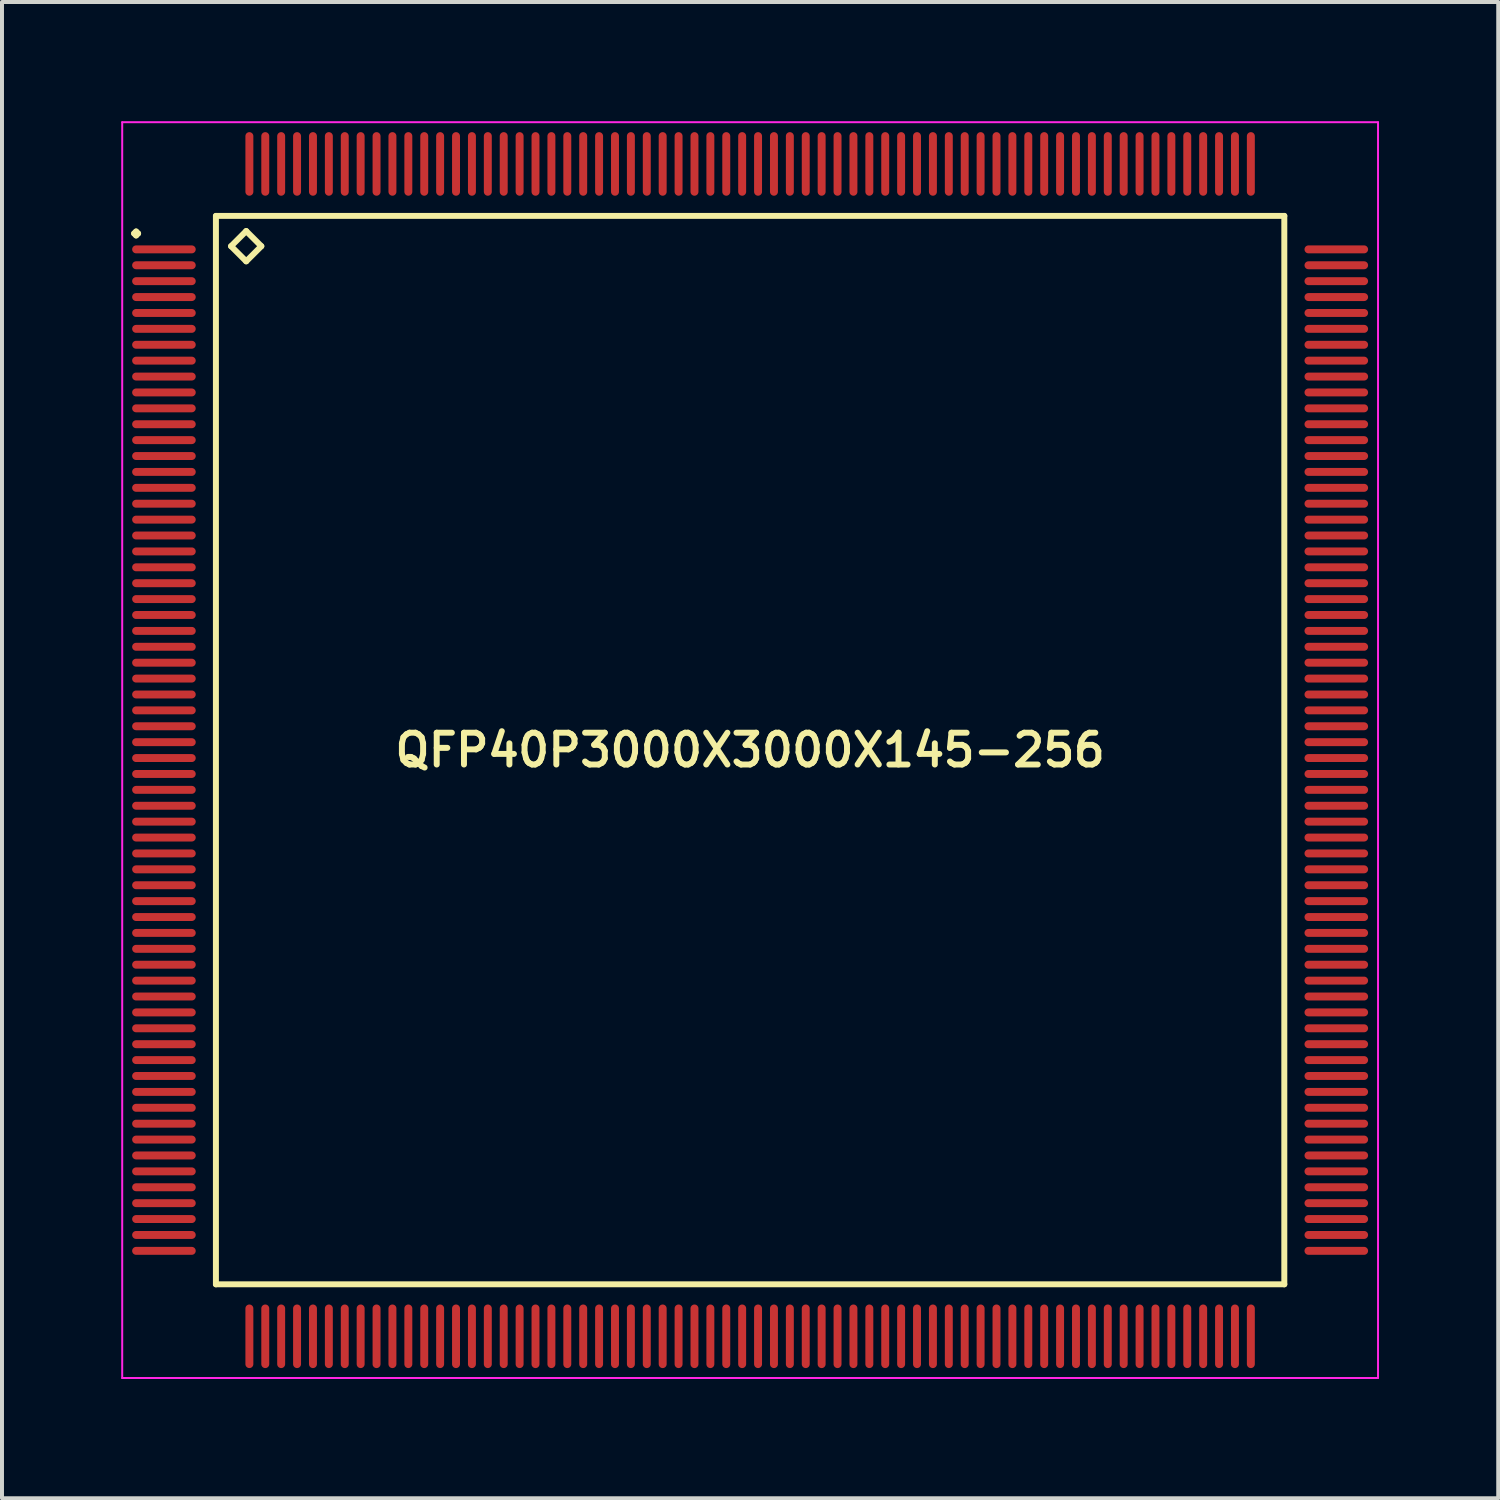
<source format=kicad_pcb>
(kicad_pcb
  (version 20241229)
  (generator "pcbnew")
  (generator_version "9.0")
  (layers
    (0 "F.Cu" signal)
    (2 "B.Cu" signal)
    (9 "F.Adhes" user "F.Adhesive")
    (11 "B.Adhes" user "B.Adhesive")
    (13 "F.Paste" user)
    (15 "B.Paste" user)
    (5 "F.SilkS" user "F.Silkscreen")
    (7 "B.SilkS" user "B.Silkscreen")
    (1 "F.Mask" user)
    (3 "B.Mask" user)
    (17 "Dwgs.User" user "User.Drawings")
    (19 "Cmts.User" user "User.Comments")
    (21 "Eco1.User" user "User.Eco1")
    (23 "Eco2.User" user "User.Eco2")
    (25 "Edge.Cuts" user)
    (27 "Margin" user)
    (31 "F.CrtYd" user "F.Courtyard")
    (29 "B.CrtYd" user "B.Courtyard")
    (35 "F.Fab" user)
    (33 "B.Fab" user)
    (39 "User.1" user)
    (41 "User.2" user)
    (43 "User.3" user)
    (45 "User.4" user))
  (footprint "QFP40P3000X3000X145-256"
    (layer "F.Cu")
    (at 15.825 15.825)
    (property "Reference" "QFP40P3000X3000X145-256" (at 0 0 0) (layer "F.SilkS") (effects (font (size 0.8 0.8) (thickness 0.15))))
    (attr smd)
    (fp_line (start -15.5 -13) (end -15.45 -13.05) (stroke (width 0.15) (type solid)) (layer "F.SilkS"))
    (fp_line (start -15.45 -13.05) (end -15.4 -13) (stroke (width 0.15) (type solid)) (layer "F.SilkS"))
    (fp_line (start -15.45 -12.95) (end -15.5 -13) (stroke (width 0.15) (type solid)) (layer "F.SilkS"))
    (fp_line (start -15.4 -13) (end -15.45 -12.95) (stroke (width 0.15) (type solid)) (layer "F.SilkS"))
    (fp_line (start -13.442 -13.442) (end -13.442 13.442) (stroke (width 0.15) (type solid)) (layer "F.SilkS"))
    (fp_line (start -13.442 13.442) (end 13.442 13.442) (stroke (width 0.15) (type solid)) (layer "F.SilkS"))
    (fp_line (start -13.061 -12.68) (end -12.68 -13.061) (stroke (width 0.15) (type solid)) (layer "F.SilkS"))
    (fp_line (start -12.68 -13.061) (end -12.299 -12.68) (stroke (width 0.15) (type solid)) (layer "F.SilkS"))
    (fp_line (start -12.68 -12.299) (end -13.061 -12.68) (stroke (width 0.15) (type solid)) (layer "F.SilkS"))
    (fp_line (start -12.299 -12.68) (end -12.68 -12.299) (stroke (width 0.15) (type solid)) (layer "F.SilkS"))
    (fp_line (start 13.442 -13.442) (end -13.442 -13.442) (stroke (width 0.15) (type solid)) (layer "F.SilkS"))
    (fp_line (start 13.442 13.442) (end 13.442 -13.442) (stroke (width 0.15) (type solid)) (layer "F.SilkS"))
    (fp_line (start -15.8 -15.8) (end 15.8 -15.8) (stroke (width 0.05) (type solid)) (layer "F.CrtYd"))
    (fp_line (start -15.8 15.8) (end -15.8 -15.8) (stroke (width 0.05) (type solid)) (layer "F.CrtYd"))
    (fp_line (start 15.8 -15.8) (end 15.8 15.8) (stroke (width 0.05) (type solid)) (layer "F.CrtYd"))
    (fp_line (start 15.8 15.8) (end -15.8 15.8) (stroke (width 0.05) (type solid)) (layer "F.CrtYd"))
    (pad "1" smd oval (at -14.75 -12.6) (size 1.6 0.2) (layers "F.Cu" "F.Mask" "F.Paste"))
    (pad "2" smd oval (at -14.75 -12.2) (size 1.6 0.2) (layers "F.Cu" "F.Mask" "F.Paste"))
    (pad "3" smd oval (at -14.75 -11.8) (size 1.6 0.2) (layers "F.Cu" "F.Mask" "F.Paste"))
    (pad "4" smd oval (at -14.75 -11.4) (size 1.6 0.2) (layers "F.Cu" "F.Mask" "F.Paste"))
    (pad "5" smd oval (at -14.75 -11) (size 1.6 0.2) (layers "F.Cu" "F.Mask" "F.Paste"))
    (pad "6" smd oval (at -14.75 -10.6) (size 1.6 0.2) (layers "F.Cu" "F.Mask" "F.Paste"))
    (pad "7" smd oval (at -14.75 -10.2) (size 1.6 0.2) (layers "F.Cu" "F.Mask" "F.Paste"))
    (pad "8" smd oval (at -14.75 -9.8) (size 1.6 0.2) (layers "F.Cu" "F.Mask" "F.Paste"))
    (pad "9" smd oval (at -14.75 -9.4) (size 1.6 0.2) (layers "F.Cu" "F.Mask" "F.Paste"))
    (pad "10" smd oval (at -14.75 -9) (size 1.6 0.2) (layers "F.Cu" "F.Mask" "F.Paste"))
    (pad "11" smd oval (at -14.75 -8.6) (size 1.6 0.2) (layers "F.Cu" "F.Mask" "F.Paste"))
    (pad "12" smd oval (at -14.75 -8.2) (size 1.6 0.2) (layers "F.Cu" "F.Mask" "F.Paste"))
    (pad "13" smd oval (at -14.75 -7.8) (size 1.6 0.2) (layers "F.Cu" "F.Mask" "F.Paste"))
    (pad "14" smd oval (at -14.75 -7.4) (size 1.6 0.2) (layers "F.Cu" "F.Mask" "F.Paste"))
    (pad "15" smd oval (at -14.75 -7) (size 1.6 0.2) (layers "F.Cu" "F.Mask" "F.Paste"))
    (pad "16" smd oval (at -14.75 -6.6) (size 1.6 0.2) (layers "F.Cu" "F.Mask" "F.Paste"))
    (pad "17" smd oval (at -14.75 -6.2) (size 1.6 0.2) (layers "F.Cu" "F.Mask" "F.Paste"))
    (pad "18" smd oval (at -14.75 -5.8) (size 1.6 0.2) (layers "F.Cu" "F.Mask" "F.Paste"))
    (pad "19" smd oval (at -14.75 -5.4) (size 1.6 0.2) (layers "F.Cu" "F.Mask" "F.Paste"))
    (pad "20" smd oval (at -14.75 -5) (size 1.6 0.2) (layers "F.Cu" "F.Mask" "F.Paste"))
    (pad "21" smd oval (at -14.75 -4.6) (size 1.6 0.2) (layers "F.Cu" "F.Mask" "F.Paste"))
    (pad "22" smd oval (at -14.75 -4.2) (size 1.6 0.2) (layers "F.Cu" "F.Mask" "F.Paste"))
    (pad "23" smd oval (at -14.75 -3.8) (size 1.6 0.2) (layers "F.Cu" "F.Mask" "F.Paste"))
    (pad "24" smd oval (at -14.75 -3.4) (size 1.6 0.2) (layers "F.Cu" "F.Mask" "F.Paste"))
    (pad "25" smd oval (at -14.75 -3) (size 1.6 0.2) (layers "F.Cu" "F.Mask" "F.Paste"))
    (pad "26" smd oval (at -14.75 -2.6) (size 1.6 0.2) (layers "F.Cu" "F.Mask" "F.Paste"))
    (pad "27" smd oval (at -14.75 -2.2) (size 1.6 0.2) (layers "F.Cu" "F.Mask" "F.Paste"))
    (pad "28" smd oval (at -14.75 -1.8) (size 1.6 0.2) (layers "F.Cu" "F.Mask" "F.Paste"))
    (pad "29" smd oval (at -14.75 -1.4) (size 1.6 0.2) (layers "F.Cu" "F.Mask" "F.Paste"))
    (pad "30" smd oval (at -14.75 -1) (size 1.6 0.2) (layers "F.Cu" "F.Mask" "F.Paste"))
    (pad "31" smd oval (at -14.75 -0.6) (size 1.6 0.2) (layers "F.Cu" "F.Mask" "F.Paste"))
    (pad "32" smd oval (at -14.75 -0.2) (size 1.6 0.2) (layers "F.Cu" "F.Mask" "F.Paste"))
    (pad "33" smd oval (at -14.75 0.2) (size 1.6 0.2) (layers "F.Cu" "F.Mask" "F.Paste"))
    (pad "34" smd oval (at -14.75 0.6) (size 1.6 0.2) (layers "F.Cu" "F.Mask" "F.Paste"))
    (pad "35" smd oval (at -14.75 1) (size 1.6 0.2) (layers "F.Cu" "F.Mask" "F.Paste"))
    (pad "36" smd oval (at -14.75 1.4) (size 1.6 0.2) (layers "F.Cu" "F.Mask" "F.Paste"))
    (pad "37" smd oval (at -14.75 1.8) (size 1.6 0.2) (layers "F.Cu" "F.Mask" "F.Paste"))
    (pad "38" smd oval (at -14.75 2.2) (size 1.6 0.2) (layers "F.Cu" "F.Mask" "F.Paste"))
    (pad "39" smd oval (at -14.75 2.6) (size 1.6 0.2) (layers "F.Cu" "F.Mask" "F.Paste"))
    (pad "40" smd oval (at -14.75 3) (size 1.6 0.2) (layers "F.Cu" "F.Mask" "F.Paste"))
    (pad "41" smd oval (at -14.75 3.4) (size 1.6 0.2) (layers "F.Cu" "F.Mask" "F.Paste"))
    (pad "42" smd oval (at -14.75 3.8) (size 1.6 0.2) (layers "F.Cu" "F.Mask" "F.Paste"))
    (pad "43" smd oval (at -14.75 4.2) (size 1.6 0.2) (layers "F.Cu" "F.Mask" "F.Paste"))
    (pad "44" smd oval (at -14.75 4.6) (size 1.6 0.2) (layers "F.Cu" "F.Mask" "F.Paste"))
    (pad "45" smd oval (at -14.75 5) (size 1.6 0.2) (layers "F.Cu" "F.Mask" "F.Paste"))
    (pad "46" smd oval (at -14.75 5.4) (size 1.6 0.2) (layers "F.Cu" "F.Mask" "F.Paste"))
    (pad "47" smd oval (at -14.75 5.8) (size 1.6 0.2) (layers "F.Cu" "F.Mask" "F.Paste"))
    (pad "48" smd oval (at -14.75 6.2) (size 1.6 0.2) (layers "F.Cu" "F.Mask" "F.Paste"))
    (pad "49" smd oval (at -14.75 6.6) (size 1.6 0.2) (layers "F.Cu" "F.Mask" "F.Paste"))
    (pad "50" smd oval (at -14.75 7) (size 1.6 0.2) (layers "F.Cu" "F.Mask" "F.Paste"))
    (pad "51" smd oval (at -14.75 7.4) (size 1.6 0.2) (layers "F.Cu" "F.Mask" "F.Paste"))
    (pad "52" smd oval (at -14.75 7.8) (size 1.6 0.2) (layers "F.Cu" "F.Mask" "F.Paste"))
    (pad "53" smd oval (at -14.75 8.2) (size 1.6 0.2) (layers "F.Cu" "F.Mask" "F.Paste"))
    (pad "54" smd oval (at -14.75 8.6) (size 1.6 0.2) (layers "F.Cu" "F.Mask" "F.Paste"))
    (pad "55" smd oval (at -14.75 9) (size 1.6 0.2) (layers "F.Cu" "F.Mask" "F.Paste"))
    (pad "56" smd oval (at -14.75 9.4) (size 1.6 0.2) (layers "F.Cu" "F.Mask" "F.Paste"))
    (pad "57" smd oval (at -14.75 9.8) (size 1.6 0.2) (layers "F.Cu" "F.Mask" "F.Paste"))
    (pad "58" smd oval (at -14.75 10.2) (size 1.6 0.2) (layers "F.Cu" "F.Mask" "F.Paste"))
    (pad "59" smd oval (at -14.75 10.6) (size 1.6 0.2) (layers "F.Cu" "F.Mask" "F.Paste"))
    (pad "60" smd oval (at -14.75 11) (size 1.6 0.2) (layers "F.Cu" "F.Mask" "F.Paste"))
    (pad "61" smd oval (at -14.75 11.4) (size 1.6 0.2) (layers "F.Cu" "F.Mask" "F.Paste"))
    (pad "62" smd oval (at -14.75 11.8) (size 1.6 0.2) (layers "F.Cu" "F.Mask" "F.Paste"))
    (pad "63" smd oval (at -14.75 12.2) (size 1.6 0.2) (layers "F.Cu" "F.Mask" "F.Paste"))
    (pad "64" smd oval (at -14.75 12.6) (size 1.6 0.2) (layers "F.Cu" "F.Mask" "F.Paste"))
    (pad "65" smd oval (at -12.6 14.75) (size 0.2 1.6) (layers "F.Cu" "F.Mask" "F.Paste"))
    (pad "66" smd oval (at -12.2 14.75) (size 0.2 1.6) (layers "F.Cu" "F.Mask" "F.Paste"))
    (pad "67" smd oval (at -11.8 14.75) (size 0.2 1.6) (layers "F.Cu" "F.Mask" "F.Paste"))
    (pad "68" smd oval (at -11.4 14.75) (size 0.2 1.6) (layers "F.Cu" "F.Mask" "F.Paste"))
    (pad "69" smd oval (at -11 14.75) (size 0.2 1.6) (layers "F.Cu" "F.Mask" "F.Paste"))
    (pad "70" smd oval (at -10.6 14.75) (size 0.2 1.6) (layers "F.Cu" "F.Mask" "F.Paste"))
    (pad "71" smd oval (at -10.2 14.75) (size 0.2 1.6) (layers "F.Cu" "F.Mask" "F.Paste"))
    (pad "72" smd oval (at -9.8 14.75) (size 0.2 1.6) (layers "F.Cu" "F.Mask" "F.Paste"))
    (pad "73" smd oval (at -9.4 14.75) (size 0.2 1.6) (layers "F.Cu" "F.Mask" "F.Paste"))
    (pad "74" smd oval (at -9 14.75) (size 0.2 1.6) (layers "F.Cu" "F.Mask" "F.Paste"))
    (pad "75" smd oval (at -8.6 14.75) (size 0.2 1.6) (layers "F.Cu" "F.Mask" "F.Paste"))
    (pad "76" smd oval (at -8.2 14.75) (size 0.2 1.6) (layers "F.Cu" "F.Mask" "F.Paste"))
    (pad "77" smd oval (at -7.8 14.75) (size 0.2 1.6) (layers "F.Cu" "F.Mask" "F.Paste"))
    (pad "78" smd oval (at -7.4 14.75) (size 0.2 1.6) (layers "F.Cu" "F.Mask" "F.Paste"))
    (pad "79" smd oval (at -7 14.75) (size 0.2 1.6) (layers "F.Cu" "F.Mask" "F.Paste"))
    (pad "80" smd oval (at -6.6 14.75) (size 0.2 1.6) (layers "F.Cu" "F.Mask" "F.Paste"))
    (pad "81" smd oval (at -6.2 14.75) (size 0.2 1.6) (layers "F.Cu" "F.Mask" "F.Paste"))
    (pad "82" smd oval (at -5.8 14.75) (size 0.2 1.6) (layers "F.Cu" "F.Mask" "F.Paste"))
    (pad "83" smd oval (at -5.4 14.75) (size 0.2 1.6) (layers "F.Cu" "F.Mask" "F.Paste"))
    (pad "84" smd oval (at -5 14.75) (size 0.2 1.6) (layers "F.Cu" "F.Mask" "F.Paste"))
    (pad "85" smd oval (at -4.6 14.75) (size 0.2 1.6) (layers "F.Cu" "F.Mask" "F.Paste"))
    (pad "86" smd oval (at -4.2 14.75) (size 0.2 1.6) (layers "F.Cu" "F.Mask" "F.Paste"))
    (pad "87" smd oval (at -3.8 14.75) (size 0.2 1.6) (layers "F.Cu" "F.Mask" "F.Paste"))
    (pad "88" smd oval (at -3.4 14.75) (size 0.2 1.6) (layers "F.Cu" "F.Mask" "F.Paste"))
    (pad "89" smd oval (at -3 14.75) (size 0.2 1.6) (layers "F.Cu" "F.Mask" "F.Paste"))
    (pad "90" smd oval (at -2.6 14.75) (size 0.2 1.6) (layers "F.Cu" "F.Mask" "F.Paste"))
    (pad "91" smd oval (at -2.2 14.75) (size 0.2 1.6) (layers "F.Cu" "F.Mask" "F.Paste"))
    (pad "92" smd oval (at -1.8 14.75) (size 0.2 1.6) (layers "F.Cu" "F.Mask" "F.Paste"))
    (pad "93" smd oval (at -1.4 14.75) (size 0.2 1.6) (layers "F.Cu" "F.Mask" "F.Paste"))
    (pad "94" smd oval (at -1 14.75) (size 0.2 1.6) (layers "F.Cu" "F.Mask" "F.Paste"))
    (pad "95" smd oval (at -0.6 14.75) (size 0.2 1.6) (layers "F.Cu" "F.Mask" "F.Paste"))
    (pad "96" smd oval (at -0.2 14.75) (size 0.2 1.6) (layers "F.Cu" "F.Mask" "F.Paste"))
    (pad "97" smd oval (at 0.2 14.75) (size 0.2 1.6) (layers "F.Cu" "F.Mask" "F.Paste"))
    (pad "98" smd oval (at 0.6 14.75) (size 0.2 1.6) (layers "F.Cu" "F.Mask" "F.Paste"))
    (pad "99" smd oval (at 1 14.75) (size 0.2 1.6) (layers "F.Cu" "F.Mask" "F.Paste"))
    (pad "100" smd oval (at 1.4 14.75) (size 0.2 1.6) (layers "F.Cu" "F.Mask" "F.Paste"))
    (pad "101" smd oval (at 1.8 14.75) (size 0.2 1.6) (layers "F.Cu" "F.Mask" "F.Paste"))
    (pad "102" smd oval (at 2.2 14.75) (size 0.2 1.6) (layers "F.Cu" "F.Mask" "F.Paste"))
    (pad "103" smd oval (at 2.6 14.75) (size 0.2 1.6) (layers "F.Cu" "F.Mask" "F.Paste"))
    (pad "104" smd oval (at 3 14.75) (size 0.2 1.6) (layers "F.Cu" "F.Mask" "F.Paste"))
    (pad "105" smd oval (at 3.4 14.75) (size 0.2 1.6) (layers "F.Cu" "F.Mask" "F.Paste"))
    (pad "106" smd oval (at 3.8 14.75) (size 0.2 1.6) (layers "F.Cu" "F.Mask" "F.Paste"))
    (pad "107" smd oval (at 4.2 14.75) (size 0.2 1.6) (layers "F.Cu" "F.Mask" "F.Paste"))
    (pad "108" smd oval (at 4.6 14.75) (size 0.2 1.6) (layers "F.Cu" "F.Mask" "F.Paste"))
    (pad "109" smd oval (at 5 14.75) (size 0.2 1.6) (layers "F.Cu" "F.Mask" "F.Paste"))
    (pad "110" smd oval (at 5.4 14.75) (size 0.2 1.6) (layers "F.Cu" "F.Mask" "F.Paste"))
    (pad "111" smd oval (at 5.8 14.75) (size 0.2 1.6) (layers "F.Cu" "F.Mask" "F.Paste"))
    (pad "112" smd oval (at 6.2 14.75) (size 0.2 1.6) (layers "F.Cu" "F.Mask" "F.Paste"))
    (pad "113" smd oval (at 6.6 14.75) (size 0.2 1.6) (layers "F.Cu" "F.Mask" "F.Paste"))
    (pad "114" smd oval (at 7 14.75) (size 0.2 1.6) (layers "F.Cu" "F.Mask" "F.Paste"))
    (pad "115" smd oval (at 7.4 14.75) (size 0.2 1.6) (layers "F.Cu" "F.Mask" "F.Paste"))
    (pad "116" smd oval (at 7.8 14.75) (size 0.2 1.6) (layers "F.Cu" "F.Mask" "F.Paste"))
    (pad "117" smd oval (at 8.2 14.75) (size 0.2 1.6) (layers "F.Cu" "F.Mask" "F.Paste"))
    (pad "118" smd oval (at 8.6 14.75) (size 0.2 1.6) (layers "F.Cu" "F.Mask" "F.Paste"))
    (pad "119" smd oval (at 9 14.75) (size 0.2 1.6) (layers "F.Cu" "F.Mask" "F.Paste"))
    (pad "120" smd oval (at 9.4 14.75) (size 0.2 1.6) (layers "F.Cu" "F.Mask" "F.Paste"))
    (pad "121" smd oval (at 9.8 14.75) (size 0.2 1.6) (layers "F.Cu" "F.Mask" "F.Paste"))
    (pad "122" smd oval (at 10.2 14.75) (size 0.2 1.6) (layers "F.Cu" "F.Mask" "F.Paste"))
    (pad "123" smd oval (at 10.6 14.75) (size 0.2 1.6) (layers "F.Cu" "F.Mask" "F.Paste"))
    (pad "124" smd oval (at 11 14.75) (size 0.2 1.6) (layers "F.Cu" "F.Mask" "F.Paste"))
    (pad "125" smd oval (at 11.4 14.75) (size 0.2 1.6) (layers "F.Cu" "F.Mask" "F.Paste"))
    (pad "126" smd oval (at 11.8 14.75) (size 0.2 1.6) (layers "F.Cu" "F.Mask" "F.Paste"))
    (pad "127" smd oval (at 12.2 14.75) (size 0.2 1.6) (layers "F.Cu" "F.Mask" "F.Paste"))
    (pad "128" smd oval (at 12.6 14.75) (size 0.2 1.6) (layers "F.Cu" "F.Mask" "F.Paste"))
    (pad "129" smd oval (at 14.75 12.6) (size 1.6 0.2) (layers "F.Cu" "F.Mask" "F.Paste"))
    (pad "130" smd oval (at 14.75 12.2) (size 1.6 0.2) (layers "F.Cu" "F.Mask" "F.Paste"))
    (pad "131" smd oval (at 14.75 11.8) (size 1.6 0.2) (layers "F.Cu" "F.Mask" "F.Paste"))
    (pad "132" smd oval (at 14.75 11.4) (size 1.6 0.2) (layers "F.Cu" "F.Mask" "F.Paste"))
    (pad "133" smd oval (at 14.75 11) (size 1.6 0.2) (layers "F.Cu" "F.Mask" "F.Paste"))
    (pad "134" smd oval (at 14.75 10.6) (size 1.6 0.2) (layers "F.Cu" "F.Mask" "F.Paste"))
    (pad "135" smd oval (at 14.75 10.2) (size 1.6 0.2) (layers "F.Cu" "F.Mask" "F.Paste"))
    (pad "136" smd oval (at 14.75 9.8) (size 1.6 0.2) (layers "F.Cu" "F.Mask" "F.Paste"))
    (pad "137" smd oval (at 14.75 9.4) (size 1.6 0.2) (layers "F.Cu" "F.Mask" "F.Paste"))
    (pad "138" smd oval (at 14.75 9) (size 1.6 0.2) (layers "F.Cu" "F.Mask" "F.Paste"))
    (pad "139" smd oval (at 14.75 8.6) (size 1.6 0.2) (layers "F.Cu" "F.Mask" "F.Paste"))
    (pad "140" smd oval (at 14.75 8.2) (size 1.6 0.2) (layers "F.Cu" "F.Mask" "F.Paste"))
    (pad "141" smd oval (at 14.75 7.8) (size 1.6 0.2) (layers "F.Cu" "F.Mask" "F.Paste"))
    (pad "142" smd oval (at 14.75 7.4) (size 1.6 0.2) (layers "F.Cu" "F.Mask" "F.Paste"))
    (pad "143" smd oval (at 14.75 7) (size 1.6 0.2) (layers "F.Cu" "F.Mask" "F.Paste"))
    (pad "144" smd oval (at 14.75 6.6) (size 1.6 0.2) (layers "F.Cu" "F.Mask" "F.Paste"))
    (pad "145" smd oval (at 14.75 6.2) (size 1.6 0.2) (layers "F.Cu" "F.Mask" "F.Paste"))
    (pad "146" smd oval (at 14.75 5.8) (size 1.6 0.2) (layers "F.Cu" "F.Mask" "F.Paste"))
    (pad "147" smd oval (at 14.75 5.4) (size 1.6 0.2) (layers "F.Cu" "F.Mask" "F.Paste"))
    (pad "148" smd oval (at 14.75 5) (size 1.6 0.2) (layers "F.Cu" "F.Mask" "F.Paste"))
    (pad "149" smd oval (at 14.75 4.6) (size 1.6 0.2) (layers "F.Cu" "F.Mask" "F.Paste"))
    (pad "150" smd oval (at 14.75 4.2) (size 1.6 0.2) (layers "F.Cu" "F.Mask" "F.Paste"))
    (pad "151" smd oval (at 14.75 3.8) (size 1.6 0.2) (layers "F.Cu" "F.Mask" "F.Paste"))
    (pad "152" smd oval (at 14.75 3.4) (size 1.6 0.2) (layers "F.Cu" "F.Mask" "F.Paste"))
    (pad "153" smd oval (at 14.75 3) (size 1.6 0.2) (layers "F.Cu" "F.Mask" "F.Paste"))
    (pad "154" smd oval (at 14.75 2.6) (size 1.6 0.2) (layers "F.Cu" "F.Mask" "F.Paste"))
    (pad "155" smd oval (at 14.75 2.2) (size 1.6 0.2) (layers "F.Cu" "F.Mask" "F.Paste"))
    (pad "156" smd oval (at 14.75 1.8) (size 1.6 0.2) (layers "F.Cu" "F.Mask" "F.Paste"))
    (pad "157" smd oval (at 14.75 1.4) (size 1.6 0.2) (layers "F.Cu" "F.Mask" "F.Paste"))
    (pad "158" smd oval (at 14.75 1) (size 1.6 0.2) (layers "F.Cu" "F.Mask" "F.Paste"))
    (pad "159" smd oval (at 14.75 0.6) (size 1.6 0.2) (layers "F.Cu" "F.Mask" "F.Paste"))
    (pad "160" smd oval (at 14.75 0.2) (size 1.6 0.2) (layers "F.Cu" "F.Mask" "F.Paste"))
    (pad "161" smd oval (at 14.75 -0.2) (size 1.6 0.2) (layers "F.Cu" "F.Mask" "F.Paste"))
    (pad "162" smd oval (at 14.75 -0.6) (size 1.6 0.2) (layers "F.Cu" "F.Mask" "F.Paste"))
    (pad "163" smd oval (at 14.75 -1) (size 1.6 0.2) (layers "F.Cu" "F.Mask" "F.Paste"))
    (pad "164" smd oval (at 14.75 -1.4) (size 1.6 0.2) (layers "F.Cu" "F.Mask" "F.Paste"))
    (pad "165" smd oval (at 14.75 -1.8) (size 1.6 0.2) (layers "F.Cu" "F.Mask" "F.Paste"))
    (pad "166" smd oval (at 14.75 -2.2) (size 1.6 0.2) (layers "F.Cu" "F.Mask" "F.Paste"))
    (pad "167" smd oval (at 14.75 -2.6) (size 1.6 0.2) (layers "F.Cu" "F.Mask" "F.Paste"))
    (pad "168" smd oval (at 14.75 -3) (size 1.6 0.2) (layers "F.Cu" "F.Mask" "F.Paste"))
    (pad "169" smd oval (at 14.75 -3.4) (size 1.6 0.2) (layers "F.Cu" "F.Mask" "F.Paste"))
    (pad "170" smd oval (at 14.75 -3.8) (size 1.6 0.2) (layers "F.Cu" "F.Mask" "F.Paste"))
    (pad "171" smd oval (at 14.75 -4.2) (size 1.6 0.2) (layers "F.Cu" "F.Mask" "F.Paste"))
    (pad "172" smd oval (at 14.75 -4.6) (size 1.6 0.2) (layers "F.Cu" "F.Mask" "F.Paste"))
    (pad "173" smd oval (at 14.75 -5) (size 1.6 0.2) (layers "F.Cu" "F.Mask" "F.Paste"))
    (pad "174" smd oval (at 14.75 -5.4) (size 1.6 0.2) (layers "F.Cu" "F.Mask" "F.Paste"))
    (pad "175" smd oval (at 14.75 -5.8) (size 1.6 0.2) (layers "F.Cu" "F.Mask" "F.Paste"))
    (pad "176" smd oval (at 14.75 -6.2) (size 1.6 0.2) (layers "F.Cu" "F.Mask" "F.Paste"))
    (pad "177" smd oval (at 14.75 -6.6) (size 1.6 0.2) (layers "F.Cu" "F.Mask" "F.Paste"))
    (pad "178" smd oval (at 14.75 -7) (size 1.6 0.2) (layers "F.Cu" "F.Mask" "F.Paste"))
    (pad "179" smd oval (at 14.75 -7.4) (size 1.6 0.2) (layers "F.Cu" "F.Mask" "F.Paste"))
    (pad "180" smd oval (at 14.75 -7.8) (size 1.6 0.2) (layers "F.Cu" "F.Mask" "F.Paste"))
    (pad "181" smd oval (at 14.75 -8.2) (size 1.6 0.2) (layers "F.Cu" "F.Mask" "F.Paste"))
    (pad "182" smd oval (at 14.75 -8.6) (size 1.6 0.2) (layers "F.Cu" "F.Mask" "F.Paste"))
    (pad "183" smd oval (at 14.75 -9) (size 1.6 0.2) (layers "F.Cu" "F.Mask" "F.Paste"))
    (pad "184" smd oval (at 14.75 -9.4) (size 1.6 0.2) (layers "F.Cu" "F.Mask" "F.Paste"))
    (pad "185" smd oval (at 14.75 -9.8) (size 1.6 0.2) (layers "F.Cu" "F.Mask" "F.Paste"))
    (pad "186" smd oval (at 14.75 -10.2) (size 1.6 0.2) (layers "F.Cu" "F.Mask" "F.Paste"))
    (pad "187" smd oval (at 14.75 -10.6) (size 1.6 0.2) (layers "F.Cu" "F.Mask" "F.Paste"))
    (pad "188" smd oval (at 14.75 -11) (size 1.6 0.2) (layers "F.Cu" "F.Mask" "F.Paste"))
    (pad "189" smd oval (at 14.75 -11.4) (size 1.6 0.2) (layers "F.Cu" "F.Mask" "F.Paste"))
    (pad "190" smd oval (at 14.75 -11.8) (size 1.6 0.2) (layers "F.Cu" "F.Mask" "F.Paste"))
    (pad "191" smd oval (at 14.75 -12.2) (size 1.6 0.2) (layers "F.Cu" "F.Mask" "F.Paste"))
    (pad "192" smd oval (at 14.75 -12.6) (size 1.6 0.2) (layers "F.Cu" "F.Mask" "F.Paste"))
    (pad "193" smd oval (at 12.6 -14.75) (size 0.2 1.6) (layers "F.Cu" "F.Mask" "F.Paste"))
    (pad "194" smd oval (at 12.2 -14.75) (size 0.2 1.6) (layers "F.Cu" "F.Mask" "F.Paste"))
    (pad "195" smd oval (at 11.8 -14.75) (size 0.2 1.6) (layers "F.Cu" "F.Mask" "F.Paste"))
    (pad "196" smd oval (at 11.4 -14.75) (size 0.2 1.6) (layers "F.Cu" "F.Mask" "F.Paste"))
    (pad "197" smd oval (at 11 -14.75) (size 0.2 1.6) (layers "F.Cu" "F.Mask" "F.Paste"))
    (pad "198" smd oval (at 10.6 -14.75) (size 0.2 1.6) (layers "F.Cu" "F.Mask" "F.Paste"))
    (pad "199" smd oval (at 10.2 -14.75) (size 0.2 1.6) (layers "F.Cu" "F.Mask" "F.Paste"))
    (pad "200" smd oval (at 9.8 -14.75) (size 0.2 1.6) (layers "F.Cu" "F.Mask" "F.Paste"))
    (pad "201" smd oval (at 9.4 -14.75) (size 0.2 1.6) (layers "F.Cu" "F.Mask" "F.Paste"))
    (pad "202" smd oval (at 9 -14.75) (size 0.2 1.6) (layers "F.Cu" "F.Mask" "F.Paste"))
    (pad "203" smd oval (at 8.6 -14.75) (size 0.2 1.6) (layers "F.Cu" "F.Mask" "F.Paste"))
    (pad "204" smd oval (at 8.2 -14.75) (size 0.2 1.6) (layers "F.Cu" "F.Mask" "F.Paste"))
    (pad "205" smd oval (at 7.8 -14.75) (size 0.2 1.6) (layers "F.Cu" "F.Mask" "F.Paste"))
    (pad "206" smd oval (at 7.4 -14.75) (size 0.2 1.6) (layers "F.Cu" "F.Mask" "F.Paste"))
    (pad "207" smd oval (at 7 -14.75) (size 0.2 1.6) (layers "F.Cu" "F.Mask" "F.Paste"))
    (pad "208" smd oval (at 6.6 -14.75) (size 0.2 1.6) (layers "F.Cu" "F.Mask" "F.Paste"))
    (pad "209" smd oval (at 6.2 -14.75) (size 0.2 1.6) (layers "F.Cu" "F.Mask" "F.Paste"))
    (pad "210" smd oval (at 5.8 -14.75) (size 0.2 1.6) (layers "F.Cu" "F.Mask" "F.Paste"))
    (pad "211" smd oval (at 5.4 -14.75) (size 0.2 1.6) (layers "F.Cu" "F.Mask" "F.Paste"))
    (pad "212" smd oval (at 5 -14.75) (size 0.2 1.6) (layers "F.Cu" "F.Mask" "F.Paste"))
    (pad "213" smd oval (at 4.6 -14.75) (size 0.2 1.6) (layers "F.Cu" "F.Mask" "F.Paste"))
    (pad "214" smd oval (at 4.2 -14.75) (size 0.2 1.6) (layers "F.Cu" "F.Mask" "F.Paste"))
    (pad "215" smd oval (at 3.8 -14.75) (size 0.2 1.6) (layers "F.Cu" "F.Mask" "F.Paste"))
    (pad "216" smd oval (at 3.4 -14.75) (size 0.2 1.6) (layers "F.Cu" "F.Mask" "F.Paste"))
    (pad "217" smd oval (at 3 -14.75) (size 0.2 1.6) (layers "F.Cu" "F.Mask" "F.Paste"))
    (pad "218" smd oval (at 2.6 -14.75) (size 0.2 1.6) (layers "F.Cu" "F.Mask" "F.Paste"))
    (pad "219" smd oval (at 2.2 -14.75) (size 0.2 1.6) (layers "F.Cu" "F.Mask" "F.Paste"))
    (pad "220" smd oval (at 1.8 -14.75) (size 0.2 1.6) (layers "F.Cu" "F.Mask" "F.Paste"))
    (pad "221" smd oval (at 1.4 -14.75) (size 0.2 1.6) (layers "F.Cu" "F.Mask" "F.Paste"))
    (pad "222" smd oval (at 1 -14.75) (size 0.2 1.6) (layers "F.Cu" "F.Mask" "F.Paste"))
    (pad "223" smd oval (at 0.6 -14.75) (size 0.2 1.6) (layers "F.Cu" "F.Mask" "F.Paste"))
    (pad "224" smd oval (at 0.2 -14.75) (size 0.2 1.6) (layers "F.Cu" "F.Mask" "F.Paste"))
    (pad "225" smd oval (at -0.2 -14.75) (size 0.2 1.6) (layers "F.Cu" "F.Mask" "F.Paste"))
    (pad "226" smd oval (at -0.6 -14.75) (size 0.2 1.6) (layers "F.Cu" "F.Mask" "F.Paste"))
    (pad "227" smd oval (at -1 -14.75) (size 0.2 1.6) (layers "F.Cu" "F.Mask" "F.Paste"))
    (pad "228" smd oval (at -1.4 -14.75) (size 0.2 1.6) (layers "F.Cu" "F.Mask" "F.Paste"))
    (pad "229" smd oval (at -1.8 -14.75) (size 0.2 1.6) (layers "F.Cu" "F.Mask" "F.Paste"))
    (pad "230" smd oval (at -2.2 -14.75) (size 0.2 1.6) (layers "F.Cu" "F.Mask" "F.Paste"))
    (pad "231" smd oval (at -2.6 -14.75) (size 0.2 1.6) (layers "F.Cu" "F.Mask" "F.Paste"))
    (pad "232" smd oval (at -3 -14.75) (size 0.2 1.6) (layers "F.Cu" "F.Mask" "F.Paste"))
    (pad "233" smd oval (at -3.4 -14.75) (size 0.2 1.6) (layers "F.Cu" "F.Mask" "F.Paste"))
    (pad "234" smd oval (at -3.8 -14.75) (size 0.2 1.6) (layers "F.Cu" "F.Mask" "F.Paste"))
    (pad "235" smd oval (at -4.2 -14.75) (size 0.2 1.6) (layers "F.Cu" "F.Mask" "F.Paste"))
    (pad "236" smd oval (at -4.6 -14.75) (size 0.2 1.6) (layers "F.Cu" "F.Mask" "F.Paste"))
    (pad "237" smd oval (at -5 -14.75) (size 0.2 1.6) (layers "F.Cu" "F.Mask" "F.Paste"))
    (pad "238" smd oval (at -5.4 -14.75) (size 0.2 1.6) (layers "F.Cu" "F.Mask" "F.Paste"))
    (pad "239" smd oval (at -5.8 -14.75) (size 0.2 1.6) (layers "F.Cu" "F.Mask" "F.Paste"))
    (pad "240" smd oval (at -6.2 -14.75) (size 0.2 1.6) (layers "F.Cu" "F.Mask" "F.Paste"))
    (pad "241" smd oval (at -6.6 -14.75) (size 0.2 1.6) (layers "F.Cu" "F.Mask" "F.Paste"))
    (pad "242" smd oval (at -7 -14.75) (size 0.2 1.6) (layers "F.Cu" "F.Mask" "F.Paste"))
    (pad "243" smd oval (at -7.4 -14.75) (size 0.2 1.6) (layers "F.Cu" "F.Mask" "F.Paste"))
    (pad "244" smd oval (at -7.8 -14.75) (size 0.2 1.6) (layers "F.Cu" "F.Mask" "F.Paste"))
    (pad "245" smd oval (at -8.2 -14.75) (size 0.2 1.6) (layers "F.Cu" "F.Mask" "F.Paste"))
    (pad "246" smd oval (at -8.6 -14.75) (size 0.2 1.6) (layers "F.Cu" "F.Mask" "F.Paste"))
    (pad "247" smd oval (at -9 -14.75) (size 0.2 1.6) (layers "F.Cu" "F.Mask" "F.Paste"))
    (pad "248" smd oval (at -9.4 -14.75) (size 0.2 1.6) (layers "F.Cu" "F.Mask" "F.Paste"))
    (pad "249" smd oval (at -9.8 -14.75) (size 0.2 1.6) (layers "F.Cu" "F.Mask" "F.Paste"))
    (pad "250" smd oval (at -10.2 -14.75) (size 0.2 1.6) (layers "F.Cu" "F.Mask" "F.Paste"))
    (pad "251" smd oval (at -10.6 -14.75) (size 0.2 1.6) (layers "F.Cu" "F.Mask" "F.Paste"))
    (pad "252" smd oval (at -11 -14.75) (size 0.2 1.6) (layers "F.Cu" "F.Mask" "F.Paste"))
    (pad "253" smd oval (at -11.4 -14.75) (size 0.2 1.6) (layers "F.Cu" "F.Mask" "F.Paste"))
    (pad "254" smd oval (at -11.8 -14.75) (size 0.2 1.6) (layers "F.Cu" "F.Mask" "F.Paste"))
    (pad "255" smd oval (at -12.2 -14.75) (size 0.2 1.6) (layers "F.Cu" "F.Mask" "F.Paste"))
    (pad "256" smd oval (at -12.6 -14.75) (size 0.2 1.6) (layers "F.Cu" "F.Mask" "F.Paste")))
  (gr_rect
    (start -3 -3)
    (end 34.65 34.65)
    (stroke (width 0.1) (type default))
    (fill no)
    (layer "Edge.Cuts")))
</source>
